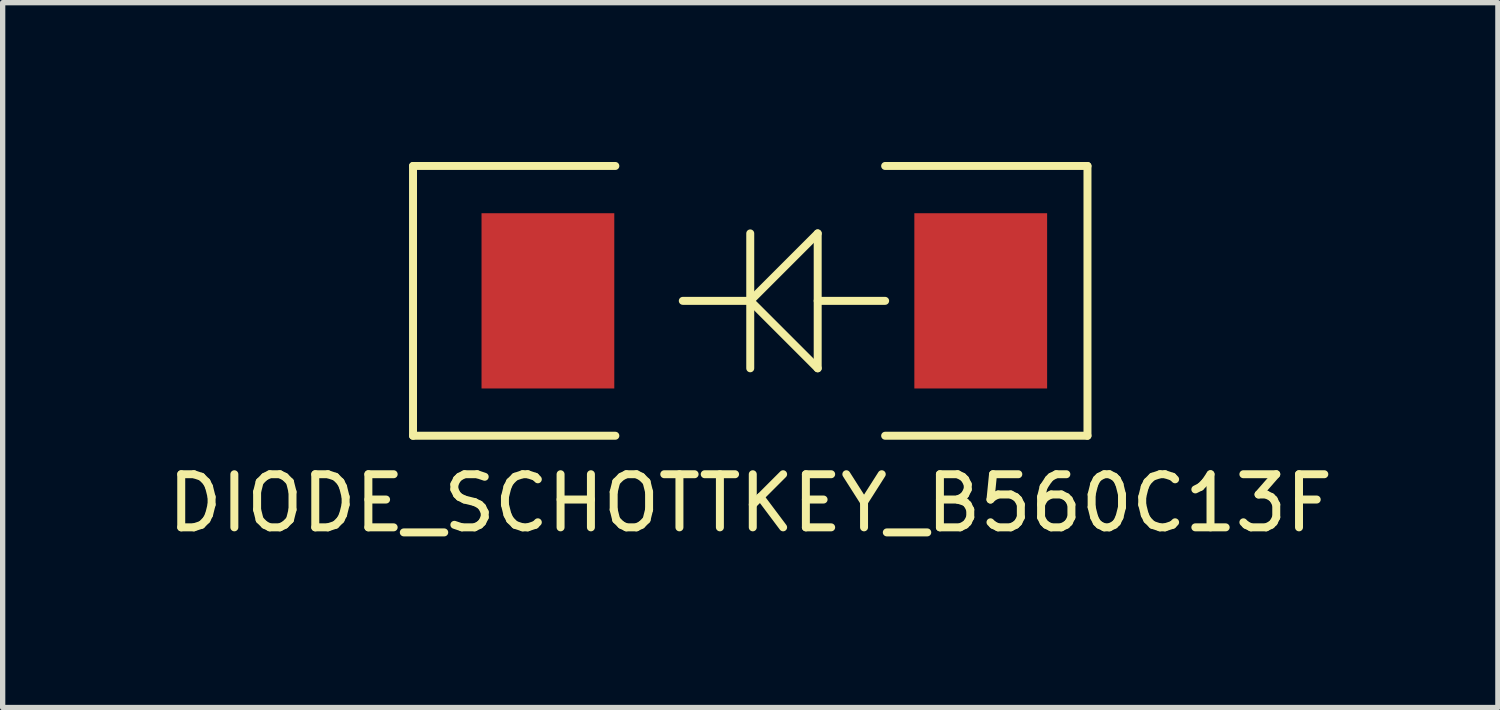
<source format=kicad_pcb>
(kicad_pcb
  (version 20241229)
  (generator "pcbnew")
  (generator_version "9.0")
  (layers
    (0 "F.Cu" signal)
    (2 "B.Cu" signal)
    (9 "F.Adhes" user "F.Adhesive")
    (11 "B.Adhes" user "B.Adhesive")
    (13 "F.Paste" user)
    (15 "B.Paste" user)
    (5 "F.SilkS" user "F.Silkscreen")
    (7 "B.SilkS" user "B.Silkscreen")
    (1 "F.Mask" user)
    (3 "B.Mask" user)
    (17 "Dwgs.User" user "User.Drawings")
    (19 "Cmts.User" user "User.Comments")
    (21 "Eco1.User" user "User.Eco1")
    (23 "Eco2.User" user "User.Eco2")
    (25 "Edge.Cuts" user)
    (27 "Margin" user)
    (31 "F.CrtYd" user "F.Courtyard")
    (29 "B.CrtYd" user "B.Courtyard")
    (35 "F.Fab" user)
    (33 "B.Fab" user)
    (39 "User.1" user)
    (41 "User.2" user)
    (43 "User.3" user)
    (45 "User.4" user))
  (footprint "DIODE_SCHOTTKEY_B560C13F"
    (layer "F.Cu")
    (at 7.267 2.615)
    (property "Reference" "DIODE_SCHOTTKEY_B560C13F" (at 3.81 3.81 0) (layer "F.SilkS") (effects (font (size 1 1) (thickness 0.15))))
    (attr through_hole)
    (fp_line (start -2.54 -2.54) (end -2.54 2.54) (stroke (width 0.15) (type solid)) (layer "F.SilkS"))
    (fp_line (start -2.54 2.54) (end 1.27 2.54) (stroke (width 0.15) (type solid)) (layer "F.SilkS"))
    (fp_line (start 1.27 -2.54) (end -2.54 -2.54) (stroke (width 0.15) (type solid)) (layer "F.SilkS"))
    (fp_line (start 3.81 -1.27) (end 3.81 1.27) (stroke (width 0.15) (type solid)) (layer "F.SilkS"))
    (fp_line (start 3.81 0) (end 2.54 0) (stroke (width 0.15) (type solid)) (layer "F.SilkS"))
    (fp_line (start 3.81 0) (end 5.08 -1.27) (stroke (width 0.15) (type solid)) (layer "F.SilkS"))
    (fp_line (start 5.08 -1.27) (end 5.08 1.27) (stroke (width 0.15) (type solid)) (layer "F.SilkS"))
    (fp_line (start 5.08 1.27) (end 3.81 0) (stroke (width 0.15) (type solid)) (layer "F.SilkS"))
    (fp_line (start 6.35 -2.54) (end 10.16 -2.54) (stroke (width 0.15) (type solid)) (layer "F.SilkS"))
    (fp_line (start 6.35 0) (end 5.08 0) (stroke (width 0.15) (type solid)) (layer "F.SilkS"))
    (fp_line (start 10.16 -2.54) (end 10.16 2.54) (stroke (width 0.15) (type solid)) (layer "F.SilkS"))
    (fp_line (start 10.16 2.54) (end 6.35 2.54) (stroke (width 0.15) (type solid)) (layer "F.SilkS"))
    (pad "1" smd rect (at 0 0) (size 2.5 3.3) (layers "F.Cu" "F.Mask" "F.Paste"))
    (pad "2" smd rect (at 8.15 0) (size 2.5 3.3) (layers "F.Cu" "F.Mask" "F.Paste")))
  (gr_rect
    (start -3 -3)
    (end 25.155 10.273)
    (stroke (width 0.1) (type default))
    (fill no)
    (layer "Edge.Cuts")))
</source>
